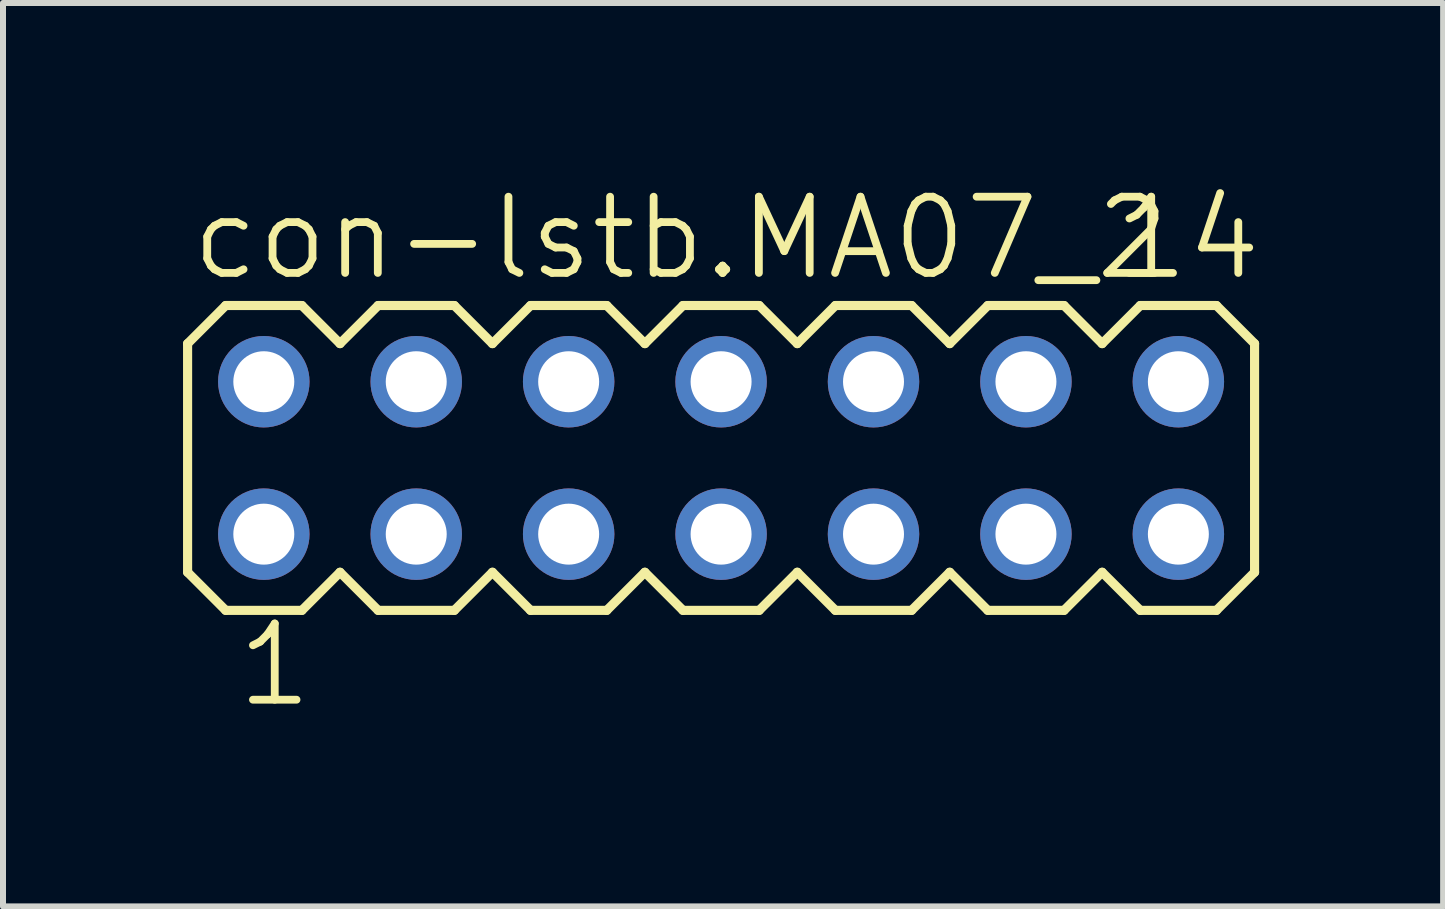
<source format=kicad_pcb>
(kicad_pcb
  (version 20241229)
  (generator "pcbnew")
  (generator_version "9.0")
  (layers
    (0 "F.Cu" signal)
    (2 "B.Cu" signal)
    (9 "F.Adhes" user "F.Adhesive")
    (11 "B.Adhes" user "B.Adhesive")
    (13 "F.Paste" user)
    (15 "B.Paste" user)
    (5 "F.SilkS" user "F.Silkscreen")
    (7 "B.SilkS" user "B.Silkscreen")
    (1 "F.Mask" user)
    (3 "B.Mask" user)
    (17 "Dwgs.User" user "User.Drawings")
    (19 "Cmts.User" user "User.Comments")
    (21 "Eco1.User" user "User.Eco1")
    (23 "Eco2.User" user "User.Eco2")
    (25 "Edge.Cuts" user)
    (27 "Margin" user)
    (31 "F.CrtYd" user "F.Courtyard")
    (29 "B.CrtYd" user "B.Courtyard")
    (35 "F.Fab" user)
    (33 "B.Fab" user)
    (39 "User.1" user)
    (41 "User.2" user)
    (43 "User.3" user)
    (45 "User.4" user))
  (footprint "con-lstb.MA07_2"
    (layer "F.Cu")
    (at 8.966 4.581)
    (property "Reference" "con-lstb.MA07_2" (at -8.89 -2.921 0) (layer "F.SilkS") (effects (font (size 1.27 1.27) (thickness 0.13)) (justify left bottom)))
    (attr through_hole)
    (fp_line (start -8.89 -1.905) (end -8.89 1.905) (stroke (width 0.152) (type default)) (layer "F.SilkS"))
    (fp_line (start -8.89 1.905) (end -8.255 2.54) (stroke (width 0.152) (type default)) (layer "F.SilkS"))
    (fp_line (start -8.255 -2.54) (end -8.89 -1.905) (stroke (width 0.152) (type default)) (layer "F.SilkS"))
    (fp_line (start -8.255 -2.54) (end -6.985 -2.54) (stroke (width 0.152) (type default)) (layer "F.SilkS"))
    (fp_line (start -6.985 -2.54) (end -6.35 -1.905) (stroke (width 0.152) (type default)) (layer "F.SilkS"))
    (fp_line (start -6.985 2.54) (end -8.255 2.54) (stroke (width 0.152) (type default)) (layer "F.SilkS"))
    (fp_line (start -6.35 -1.905) (end -5.715 -2.54) (stroke (width 0.152) (type default)) (layer "F.SilkS"))
    (fp_line (start -6.35 1.905) (end -6.985 2.54) (stroke (width 0.152) (type default)) (layer "F.SilkS"))
    (fp_line (start -5.715 -2.54) (end -4.445 -2.54) (stroke (width 0.152) (type default)) (layer "F.SilkS"))
    (fp_line (start -5.715 2.54) (end -6.35 1.905) (stroke (width 0.152) (type default)) (layer "F.SilkS"))
    (fp_line (start -4.445 -2.54) (end -3.81 -1.905) (stroke (width 0.152) (type default)) (layer "F.SilkS"))
    (fp_line (start -4.445 2.54) (end -5.715 2.54) (stroke (width 0.152) (type default)) (layer "F.SilkS"))
    (fp_line (start -3.81 -1.905) (end -3.175 -2.54) (stroke (width 0.152) (type default)) (layer "F.SilkS"))
    (fp_line (start -3.81 1.905) (end -4.445 2.54) (stroke (width 0.152) (type default)) (layer "F.SilkS"))
    (fp_line (start -3.175 -2.54) (end -1.905 -2.54) (stroke (width 0.152) (type default)) (layer "F.SilkS"))
    (fp_line (start -3.175 2.54) (end -3.81 1.905) (stroke (width 0.152) (type default)) (layer "F.SilkS"))
    (fp_line (start -1.905 -2.54) (end -1.27 -1.905) (stroke (width 0.152) (type default)) (layer "F.SilkS"))
    (fp_line (start -1.905 2.54) (end -3.175 2.54) (stroke (width 0.152) (type default)) (layer "F.SilkS"))
    (fp_line (start -1.27 1.905) (end -1.905 2.54) (stroke (width 0.152) (type default)) (layer "F.SilkS"))
    (fp_line (start -1.27 1.905) (end -0.635 2.54) (stroke (width 0.152) (type default)) (layer "F.SilkS"))
    (fp_line (start -0.635 -2.54) (end -1.27 -1.905) (stroke (width 0.152) (type default)) (layer "F.SilkS"))
    (fp_line (start -0.635 -2.54) (end 0.635 -2.54) (stroke (width 0.152) (type default)) (layer "F.SilkS"))
    (fp_line (start 0.635 -2.54) (end 1.27 -1.905) (stroke (width 0.152) (type default)) (layer "F.SilkS"))
    (fp_line (start 0.635 2.54) (end -0.635 2.54) (stroke (width 0.152) (type default)) (layer "F.SilkS"))
    (fp_line (start 1.27 -1.905) (end 1.905 -2.54) (stroke (width 0.152) (type default)) (layer "F.SilkS"))
    (fp_line (start 1.27 1.905) (end 0.635 2.54) (stroke (width 0.152) (type default)) (layer "F.SilkS"))
    (fp_line (start 1.905 -2.54) (end 3.175 -2.54) (stroke (width 0.152) (type default)) (layer "F.SilkS"))
    (fp_line (start 1.905 2.54) (end 1.27 1.905) (stroke (width 0.152) (type default)) (layer "F.SilkS"))
    (fp_line (start 3.175 -2.54) (end 3.81 -1.905) (stroke (width 0.152) (type default)) (layer "F.SilkS"))
    (fp_line (start 3.175 2.54) (end 1.905 2.54) (stroke (width 0.152) (type default)) (layer "F.SilkS"))
    (fp_line (start 3.81 -1.905) (end 4.445 -2.54) (stroke (width 0.152) (type default)) (layer "F.SilkS"))
    (fp_line (start 3.81 1.905) (end 3.175 2.54) (stroke (width 0.152) (type default)) (layer "F.SilkS"))
    (fp_line (start 4.445 -2.54) (end 5.715 -2.54) (stroke (width 0.152) (type default)) (layer "F.SilkS"))
    (fp_line (start 4.445 2.54) (end 3.81 1.905) (stroke (width 0.152) (type default)) (layer "F.SilkS"))
    (fp_line (start 5.715 -2.54) (end 6.35 -1.905) (stroke (width 0.152) (type default)) (layer "F.SilkS"))
    (fp_line (start 5.715 2.54) (end 4.445 2.54) (stroke (width 0.152) (type default)) (layer "F.SilkS"))
    (fp_line (start 6.35 -1.905) (end 6.985 -2.54) (stroke (width 0.152) (type default)) (layer "F.SilkS"))
    (fp_line (start 6.35 1.905) (end 5.715 2.54) (stroke (width 0.152) (type default)) (layer "F.SilkS"))
    (fp_line (start 6.985 -2.54) (end 8.255 -2.54) (stroke (width 0.152) (type default)) (layer "F.SilkS"))
    (fp_line (start 6.985 2.54) (end 6.35 1.905) (stroke (width 0.152) (type default)) (layer "F.SilkS"))
    (fp_line (start 8.255 -2.54) (end 8.89 -1.905) (stroke (width 0.152) (type default)) (layer "F.SilkS"))
    (fp_line (start 8.255 2.54) (end 6.985 2.54) (stroke (width 0.152) (type default)) (layer "F.SilkS"))
    (fp_line (start 8.89 -1.905) (end 8.89 1.905) (stroke (width 0.152) (type default)) (layer "F.SilkS"))
    (fp_line (start 8.89 1.905) (end 8.255 2.54) (stroke (width 0.152) (type default)) (layer "F.SilkS"))
    (fp_rect (start -7.874 -1.016) (end -7.366 -1.524) (stroke (width 0.05) (type default)) (fill no) (layer "F.Fab"))
    (fp_rect (start -7.874 1.524) (end -7.366 1.016) (stroke (width 0.05) (type default)) (fill no) (layer "F.Fab"))
    (fp_rect (start -5.334 -1.016) (end -4.826 -1.524) (stroke (width 0.05) (type default)) (fill no) (layer "F.Fab"))
    (fp_rect (start -5.334 1.524) (end -4.826 1.016) (stroke (width 0.05) (type default)) (fill no) (layer "F.Fab"))
    (fp_rect (start -2.794 -1.016) (end -2.286 -1.524) (stroke (width 0.05) (type default)) (fill no) (layer "F.Fab"))
    (fp_rect (start -2.794 1.524) (end -2.286 1.016) (stroke (width 0.05) (type default)) (fill no) (layer "F.Fab"))
    (fp_rect (start -0.254 -1.016) (end 0.254 -1.524) (stroke (width 0.05) (type default)) (fill no) (layer "F.Fab"))
    (fp_rect (start -0.254 1.524) (end 0.254 1.016) (stroke (width 0.05) (type default)) (fill no) (layer "F.Fab"))
    (fp_rect (start 2.286 -1.016) (end 2.794 -1.524) (stroke (width 0.05) (type default)) (fill no) (layer "F.Fab"))
    (fp_rect (start 2.286 1.524) (end 2.794 1.016) (stroke (width 0.05) (type default)) (fill no) (layer "F.Fab"))
    (fp_rect (start 4.826 -1.016) (end 5.334 -1.524) (stroke (width 0.05) (type default)) (fill no) (layer "F.Fab"))
    (fp_rect (start 4.826 1.524) (end 5.334 1.016) (stroke (width 0.05) (type default)) (fill no) (layer "F.Fab"))
    (fp_rect (start 7.366 -1.016) (end 7.874 -1.524) (stroke (width 0.05) (type default)) (fill no) (layer "F.Fab"))
    (fp_rect (start 7.366 1.524) (end 7.874 1.016) (stroke (width 0.05) (type default)) (fill no) (layer "F.Fab"))
    (fp_text user "14" (at 6.477 -2.921 0) (layer "F.SilkS") (effects (font (size 1.27 1.27) (thickness 0.13)) (justify left bottom)))
    (fp_text user "1" (at -8.128 4.191 0) (layer "F.SilkS") (effects (font (size 1.27 1.27) (thickness 0.13)) (justify left bottom)))
    (pad "1" thru_hole circle (at -7.62 1.27) (size 1.524 1.524) (drill 1.016) (layers "*.Cu" "*.Mask"))
    (pad "2" thru_hole circle (at -7.62 -1.27) (size 1.524 1.524) (drill 1.016) (layers "*.Cu" "*.Mask"))
    (pad "3" thru_hole circle (at -5.08 1.27) (size 1.524 1.524) (drill 1.016) (layers "*.Cu" "*.Mask"))
    (pad "4" thru_hole circle (at -5.08 -1.27) (size 1.524 1.524) (drill 1.016) (layers "*.Cu" "*.Mask"))
    (pad "5" thru_hole circle (at -2.54 1.27) (size 1.524 1.524) (drill 1.016) (layers "*.Cu" "*.Mask"))
    (pad "6" thru_hole circle (at -2.54 -1.27) (size 1.524 1.524) (drill 1.016) (layers "*.Cu" "*.Mask"))
    (pad "7" thru_hole circle (at 0 1.27) (size 1.524 1.524) (drill 1.016) (layers "*.Cu" "*.Mask"))
    (pad "8" thru_hole circle (at 0 -1.27) (size 1.524 1.524) (drill 1.016) (layers "*.Cu" "*.Mask"))
    (pad "9" thru_hole circle (at 2.54 1.27) (size 1.524 1.524) (drill 1.016) (layers "*.Cu" "*.Mask"))
    (pad "10" thru_hole circle (at 2.54 -1.27) (size 1.524 1.524) (drill 1.016) (layers "*.Cu" "*.Mask"))
    (pad "11" thru_hole circle (at 5.08 1.27) (size 1.524 1.524) (drill 1.016) (layers "*.Cu" "*.Mask"))
    (pad "12" thru_hole circle (at 5.08 -1.27) (size 1.524 1.524) (drill 1.016) (layers "*.Cu" "*.Mask"))
    (pad "13" thru_hole circle (at 7.62 1.27) (size 1.524 1.524) (drill 1.016) (layers "*.Cu" "*.Mask"))
    (pad "14" thru_hole circle (at 7.62 -1.27) (size 1.524 1.524) (drill 1.016) (layers "*.Cu" "*.Mask")))
  (gr_rect
    (start -3 -3)
    (end 20.998 12.054)
    (stroke (width 0.1) (type default))
    (fill no)
    (layer "Edge.Cuts")))
</source>
